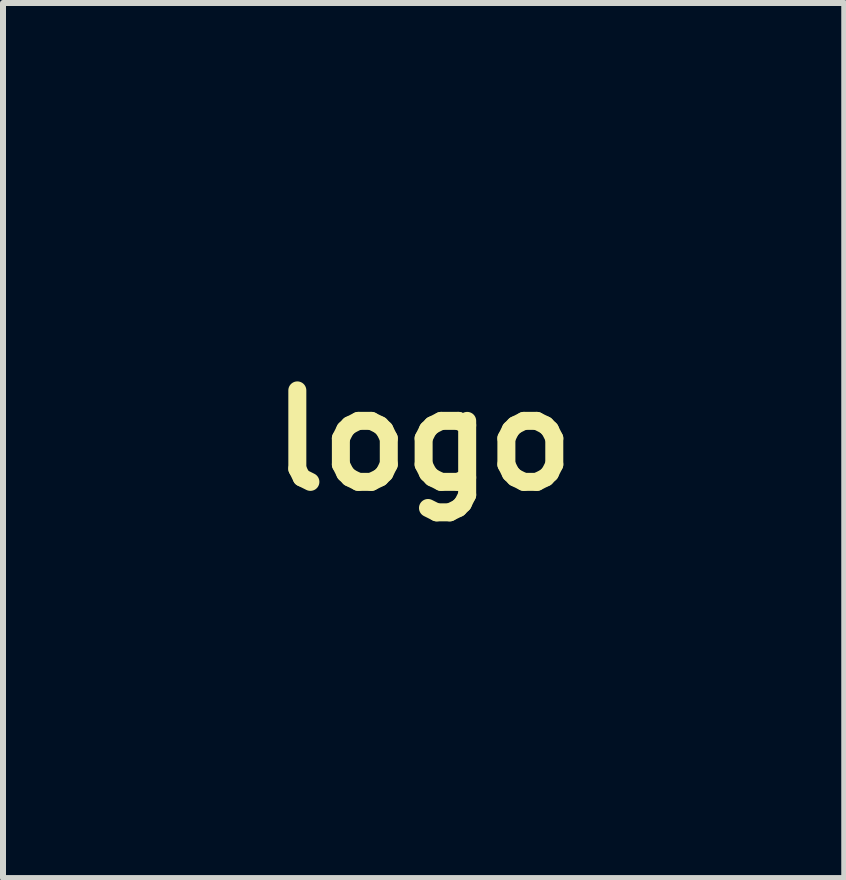
<source format=kicad_pcb>
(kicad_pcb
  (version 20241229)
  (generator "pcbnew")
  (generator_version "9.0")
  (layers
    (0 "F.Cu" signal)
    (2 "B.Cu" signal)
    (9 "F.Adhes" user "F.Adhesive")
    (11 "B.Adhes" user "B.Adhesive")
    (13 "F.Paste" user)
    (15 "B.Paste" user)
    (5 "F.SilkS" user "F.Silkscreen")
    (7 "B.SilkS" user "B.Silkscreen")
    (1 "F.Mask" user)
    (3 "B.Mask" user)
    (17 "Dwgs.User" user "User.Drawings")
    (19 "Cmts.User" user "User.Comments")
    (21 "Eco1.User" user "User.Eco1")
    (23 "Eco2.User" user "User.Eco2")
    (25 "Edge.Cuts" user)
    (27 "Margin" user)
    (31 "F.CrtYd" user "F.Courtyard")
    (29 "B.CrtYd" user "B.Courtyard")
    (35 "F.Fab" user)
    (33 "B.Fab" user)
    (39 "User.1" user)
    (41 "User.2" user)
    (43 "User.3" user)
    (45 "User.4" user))
  (footprint "logo"
    (layer "F.Cu")
    (at 4.009 4.29)
    (property "Reference" "logo" (at 0 0 0) (layer "F.SilkS") (effects (font (size 1.524 1.524) (thickness 0.3))))
    (attr through_hole)
    (fp_poly (pts (xy -0.583 -1.966) (xy -0.536 -1.936) (xy -0.534 -1.934) (xy -0.505 -1.887) (xy -0.507 -1.839) (xy -0.533 -1.793) (xy -0.576 -1.76) (xy -0.627 -1.751) (xy -0.676 -1.766) (xy -0.696 -1.783) (xy -0.717 -1.822) (xy -0.725 -1.861) (xy -0.712 -1.915) (xy -0.679 -1.952) (xy -0.633 -1.97) (xy -0.583 -1.966)) (stroke (width 0.01) (type solid)) (fill no) (layer "Eco2.User"))
    (fp_poly (pts (xy 0.381 0.21) (xy 0.419 0.235) (xy 0.449 0.28) (xy 0.454 0.329) (xy 0.438 0.374) (xy 0.405 0.41) (xy 0.361 0.429) (xy 0.308 0.424) (xy 0.302 0.422) (xy 0.26 0.391) (xy 0.238 0.344) (xy 0.239 0.293) (xy 0.263 0.247) (xy 0.276 0.236) (xy 0.33 0.207) (xy 0.381 0.21)) (stroke (width 0.01) (type solid)) (fill no) (layer "Eco2.User"))
    (fp_poly (pts (xy 0.399 -0.77) (xy 0.438 -0.736) (xy 0.453 -0.684) (xy 0.454 -0.679) (xy 0.441 -0.622) (xy 0.405 -0.581) (xy 0.353 -0.563) (xy 0.344 -0.563) (xy 0.298 -0.574) (xy 0.266 -0.594) (xy 0.239 -0.64) (xy 0.237 -0.689) (xy 0.256 -0.736) (xy 0.292 -0.769) (xy 0.341 -0.782) (xy 0.399 -0.77)) (stroke (width 0.01) (type solid)) (fill no) (layer "Eco2.User"))
    (fp_poly (pts (xy -0.268 0.217) (xy -0.229 0.252) (xy -0.206 0.298) (xy -0.203 0.319) (xy -0.216 0.37) (xy -0.25 0.409) (xy -0.296 0.43) (xy -0.344 0.427) (xy -0.392 0.396) (xy -0.419 0.351) (xy -0.422 0.301) (xy -0.399 0.254) (xy -0.381 0.236) (xy -0.345 0.213) (xy -0.314 0.203) (xy -0.313 0.203) (xy -0.268 0.217)) (stroke (width 0.01) (type solid)) (fill no) (layer "Eco2.User"))
    (fp_poly (pts (xy -0.267 -0.771) (xy -0.235 -0.751) (xy -0.211 -0.711) (xy -0.203 -0.673) (xy -0.214 -0.627) (xy -0.235 -0.594) (xy -0.274 -0.571) (xy -0.313 -0.563) (xy -0.359 -0.574) (xy -0.391 -0.594) (xy -0.415 -0.634) (xy -0.422 -0.673) (xy -0.412 -0.718) (xy -0.391 -0.751) (xy -0.352 -0.774) (xy -0.313 -0.782) (xy -0.267 -0.771)) (stroke (width 0.01) (type solid)) (fill no) (layer "Eco2.User"))
    (fp_poly (pts (xy 0.698 -1.958) (xy 0.739 -1.925) (xy 0.764 -1.881) (xy 0.766 -1.861) (xy 0.752 -1.816) (xy 0.717 -1.777) (xy 0.67 -1.754) (xy 0.649 -1.752) (xy 0.599 -1.762) (xy 0.564 -1.793) (xy 0.542 -1.829) (xy 0.532 -1.86) (xy 0.532 -1.861) (xy 0.546 -1.907) (xy 0.581 -1.945) (xy 0.628 -1.968) (xy 0.649 -1.971) (xy 0.698 -1.958)) (stroke (width 0.01) (type solid)) (fill no) (layer "Eco2.User"))
    (fp_poly (pts (xy -2.489 -4.282) (xy -2.445 -4.27) (xy -2.396 -4.248) (xy -2.338 -4.214) (xy -2.269 -4.167) (xy -2.187 -4.104) (xy -2.089 -4.025) (xy -1.973 -3.927) (xy -1.885 -3.851) (xy -1.785 -3.765) (xy -1.706 -3.697) (xy -1.644 -3.644) (xy -1.595 -3.603) (xy -1.555 -3.572) (xy -1.522 -3.547) (xy -1.492 -3.526) (xy -1.461 -3.507) (xy -1.43 -3.488) (xy -1.331 -3.422) (xy -1.257 -3.359) (xy -1.204 -3.293) (xy -1.168 -3.219) (xy -1.145 -3.136) (xy -1.139 -3.089) (xy -1.135 -3.013) (xy -1.134 -2.91) (xy -1.135 -2.781) (xy -1.137 -2.659) (xy -1.139 -2.461) (xy -1.136 -2.29) (xy -1.128 -2.142) (xy -1.114 -2.012) (xy -1.094 -1.896) (xy -1.067 -1.79) (xy -1.062 -1.773) (xy -1.021 -1.665) (xy -0.97 -1.576) (xy -0.912 -1.509) (xy -0.85 -1.467) (xy -0.791 -1.455) (xy -0.752 -1.461) (xy -0.709 -1.476) (xy -0.674 -1.495) (xy -0.657 -1.514) (xy -0.657 -1.516) (xy -0.67 -1.529) (xy -0.705 -1.545) (xy -0.736 -1.556) (xy -0.824 -1.597) (xy -0.892 -1.653) (xy -0.933 -1.715) (xy -0.949 -1.766) (xy -0.952 -1.815) (xy -0.942 -1.875) (xy -0.929 -1.923) (xy -0.902 -1.99) (xy -0.858 -2.054) (xy -0.795 -2.118) (xy -0.709 -2.185) (xy -0.599 -2.258) (xy -0.547 -2.29) (xy -0.441 -2.354) (xy -0.359 -2.408) (xy -0.299 -2.453) (xy -0.255 -2.492) (xy -0.226 -2.529) (xy -0.208 -2.563) (xy -0.196 -2.596) (xy -0.197 -2.619) (xy -0.213 -2.644) (xy -0.241 -2.673) (xy -0.28 -2.715) (xy -0.297 -2.741) (xy -0.292 -2.752) (xy -0.262 -2.746) (xy -0.208 -2.726) (xy -0.128 -2.69) (xy -0.127 -2.69) (xy 0.009 -2.626) (xy 0.128 -2.682) (xy 0.205 -2.715) (xy 0.257 -2.733) (xy 0.287 -2.735) (xy 0.297 -2.723) (xy 0.297 -2.723) (xy 0.286 -2.704) (xy 0.258 -2.678) (xy 0.249 -2.67) (xy 0.217 -2.641) (xy 0.207 -2.614) (xy 0.21 -2.585) (xy 0.224 -2.546) (xy 0.251 -2.506) (xy 0.294 -2.464) (xy 0.354 -2.417) (xy 0.436 -2.362) (xy 0.543 -2.298) (xy 0.605 -2.262) (xy 0.729 -2.182) (xy 0.825 -2.103) (xy 0.893 -2.022) (xy 0.935 -1.937) (xy 0.953 -1.845) (xy 0.954 -1.817) (xy 0.946 -1.735) (xy 0.919 -1.671) (xy 0.869 -1.619) (xy 0.793 -1.576) (xy 0.746 -1.556) (xy 0.693 -1.534) (xy 0.668 -1.517) (xy 0.67 -1.501) (xy 0.695 -1.482) (xy 0.703 -1.479) (xy 0.776 -1.455) (xy 0.845 -1.463) (xy 0.909 -1.499) (xy 0.968 -1.564) (xy 1.021 -1.656) (xy 1.066 -1.775) (xy 1.098 -1.897) (xy 1.107 -1.94) (xy 1.114 -1.984) (xy 1.12 -2.034) (xy 1.125 -2.092) (xy 1.128 -2.163) (xy 1.131 -2.251) (xy 1.133 -2.36) (xy 1.135 -2.494) (xy 1.136 -2.573) (xy 1.138 -2.732) (xy 1.141 -2.863) (xy 1.145 -2.969) (xy 1.149 -3.055) (xy 1.156 -3.124) (xy 1.165 -3.178) (xy 1.177 -3.222) (xy 1.192 -3.259) (xy 1.211 -3.292) (xy 1.233 -3.326) (xy 1.234 -3.327) (xy 1.278 -3.373) (xy 1.343 -3.425) (xy 1.41 -3.47) (xy 1.459 -3.5) (xy 1.507 -3.533) (xy 1.56 -3.572) (xy 1.62 -3.619) (xy 1.691 -3.677) (xy 1.774 -3.748) (xy 1.874 -3.835) (xy 1.994 -3.94) (xy 2.007 -3.951) (xy 2.131 -4.057) (xy 2.236 -4.141) (xy 2.326 -4.204) (xy 2.403 -4.247) (xy 2.469 -4.272) (xy 2.526 -4.281) (xy 2.56 -4.278) (xy 2.6 -4.261) (xy 2.641 -4.229) (xy 2.674 -4.192) (xy 2.69 -4.158) (xy 2.69 -4.154) (xy 2.678 -4.116) (xy 2.641 -4.06) (xy 2.581 -3.988) (xy 2.499 -3.9) (xy 2.395 -3.799) (xy 2.271 -3.683) (xy 2.127 -3.556) (xy 2.122 -3.551) (xy 1.987 -3.425) (xy 1.867 -3.294) (xy 1.767 -3.165) (xy 1.69 -3.042) (xy 1.68 -3.024) (xy 1.663 -2.992) (xy 1.65 -2.964) (xy 1.64 -2.937) (xy 1.632 -2.907) (xy 1.628 -2.871) (xy 1.625 -2.825) (xy 1.625 -2.765) (xy 1.627 -2.688) (xy 1.631 -2.59) (xy 1.637 -2.468) (xy 1.644 -2.327) (xy 1.651 -2.115) (xy 1.651 -1.934) (xy 1.644 -1.782) (xy 1.63 -1.658) (xy 1.608 -1.564) (xy 1.604 -1.55) (xy 1.579 -1.498) (xy 1.538 -1.426) (xy 1.484 -1.341) (xy 1.419 -1.247) (xy 1.349 -1.149) (xy 1.275 -1.052) (xy 1.202 -0.961) (xy 1.134 -0.88) (xy 1.107 -0.851) (xy 1.059 -0.798) (xy 1.029 -0.757) (xy 1.013 -0.721) (xy 1.005 -0.683) (xy 1.005 -0.681) (xy 1.003 -0.605) (xy 1.017 -0.551) (xy 1.05 -0.516) (xy 1.06 -0.511) (xy 1.112 -0.491) (xy 1.179 -0.479) (xy 1.264 -0.475) (xy 1.373 -0.479) (xy 1.467 -0.486) (xy 1.551 -0.492) (xy 1.629 -0.496) (xy 1.693 -0.497) (xy 1.735 -0.495) (xy 1.74 -0.494) (xy 1.798 -0.471) (xy 1.867 -0.419) (xy 1.947 -0.341) (xy 2.036 -0.236) (xy 2.109 -0.141) (xy 2.206 -0.013) (xy 2.292 0.096) (xy 2.373 0.193) (xy 2.458 0.287) (xy 2.538 0.372) (xy 2.594 0.428) (xy 2.636 0.467) (xy 2.672 0.494) (xy 2.711 0.513) (xy 2.759 0.53) (xy 2.79 0.539) (xy 2.9 0.566) (xy 3.033 0.59) (xy 3.184 0.609) (xy 3.343 0.623) (xy 3.505 0.631) (xy 3.55 0.632) (xy 3.645 0.634) (xy 3.716 0.638) (xy 3.767 0.644) (xy 3.807 0.652) (xy 3.842 0.665) (xy 3.848 0.667) (xy 3.91 0.704) (xy 3.961 0.751) (xy 3.994 0.801) (xy 4.004 0.839) (xy 3.997 0.884) (xy 3.975 0.922) (xy 3.934 0.956) (xy 3.871 0.987) (xy 3.782 1.019) (xy 3.716 1.039) (xy 3.532 1.084) (xy 3.345 1.112) (xy 3.162 1.123) (xy 2.989 1.118) (xy 2.831 1.095) (xy 2.744 1.073) (xy 2.664 1.044) (xy 2.589 1.01) (xy 2.516 0.967) (xy 2.441 0.912) (xy 2.361 0.845) (xy 2.274 0.76) (xy 2.176 0.658) (xy 2.065 0.534) (xy 1.994 0.453) (xy 1.906 0.352) (xy 1.835 0.271) (xy 1.779 0.209) (xy 1.734 0.164) (xy 1.697 0.132) (xy 1.666 0.112) (xy 1.638 0.101) (xy 1.61 0.095) (xy 1.578 0.094) (xy 1.566 0.094) (xy 1.506 0.098) (xy 1.46 0.109) (xy 1.446 0.116) (xy 1.427 0.133) (xy 1.425 0.151) (xy 1.438 0.184) (xy 1.441 0.19) (xy 1.465 0.23) (xy 1.502 0.28) (xy 1.536 0.321) (xy 1.574 0.366) (xy 1.622 0.429) (xy 1.674 0.5) (xy 1.712 0.555) (xy 1.75 0.609) (xy 1.802 0.683) (xy 1.866 0.772) (xy 1.939 0.871) (xy 2.015 0.976) (xy 2.093 1.081) (xy 2.104 1.095) (xy 2.22 1.252) (xy 2.319 1.389) (xy 2.404 1.508) (xy 2.476 1.614) (xy 2.538 1.71) (xy 2.592 1.799) (xy 2.642 1.886) (xy 2.689 1.974) (xy 2.701 1.999) (xy 2.759 2.119) (xy 2.806 2.229) (xy 2.844 2.338) (xy 2.876 2.457) (xy 2.907 2.594) (xy 2.916 2.642) (xy 2.946 2.817) (xy 2.964 2.967) (xy 2.968 3.096) (xy 2.959 3.208) (xy 2.937 3.305) (xy 2.902 3.393) (xy 2.901 3.394) (xy 2.863 3.455) (xy 2.812 3.512) (xy 2.758 3.559) (xy 2.707 3.588) (xy 2.697 3.591) (xy 2.655 3.602) (xy 2.667 3.903) (xy 2.678 4.205) (xy 2.638 4.245) (xy 2.587 4.276) (xy 2.52 4.285) (xy 2.444 4.275) (xy 2.367 4.244) (xy 2.328 4.221) (xy 2.287 4.192) (xy 2.281 3.92) (xy 2.277 3.807) (xy 2.272 3.722) (xy 2.264 3.659) (xy 2.252 3.616) (xy 2.234 3.588) (xy 2.208 3.572) (xy 2.173 3.562) (xy 2.147 3.558) (xy 2.067 3.544) (xy 2 3.523) (xy 1.934 3.49) (xy 1.875 3.454) (xy 1.795 3.397) (xy 1.713 3.328) (xy 1.626 3.243) (xy 1.53 3.138) (xy 1.434 3.026) (xy 1.37 2.95) (xy 1.302 2.872) (xy 1.238 2.8) (xy 1.184 2.741) (xy 1.173 2.729) (xy 1.122 2.674) (xy 1.076 2.62) (xy 1.042 2.575) (xy 1.033 2.56) (xy 1.003 2.52) (xy 0.976 2.505) (xy 0.964 2.506) (xy 0.946 2.512) (xy 0.931 2.528) (xy 0.917 2.559) (xy 0.9 2.61) (xy 0.88 2.686) (xy 0.875 2.704) (xy 0.856 2.755) (xy 0.828 2.798) (xy 0.82 2.807) (xy 0.791 2.848) (xy 0.782 2.885) (xy 0.773 2.943) (xy 0.746 2.977) (xy 0.701 2.985) (xy 0.699 2.984) (xy 0.666 2.984) (xy 0.651 2.995) (xy 0.645 3.028) (xy 0.644 3.039) (xy 0.639 3.078) (xy 0.628 3.091) (xy 0.613 3.088) (xy 0.558 3.073) (xy 0.519 3.085) (xy 0.498 3.12) (xy 0.49 3.171) (xy 0.492 3.214) (xy 0.494 3.251) (xy 0.477 3.271) (xy 0.465 3.277) (xy 0.44 3.298) (xy 0.407 3.338) (xy 0.375 3.385) (xy 0.35 3.427) (xy 0.326 3.457) (xy 0.297 3.482) (xy 0.257 3.507) (xy 0.197 3.536) (xy 0.165 3.551) (xy 0.01 3.625) (xy -0.14 3.555) (xy -0.203 3.525) (xy -0.257 3.5) (xy -0.294 3.483) (xy -0.307 3.478) (xy -0.324 3.46) (xy -0.345 3.424) (xy -0.351 3.411) (xy -0.378 3.363) (xy -0.41 3.318) (xy -0.442 3.284) (xy -0.468 3.269) (xy -0.47 3.269) (xy -0.478 3.255) (xy -0.484 3.218) (xy -0.485 3.187) (xy -0.488 3.122) (xy -0.499 3.085) (xy -0.52 3.069) (xy -0.556 3.073) (xy -0.569 3.076) (xy -0.624 3.093) (xy -0.629 3.036) (xy -0.634 2.999) (xy -0.649 2.983) (xy -0.683 2.98) (xy -0.688 2.979) (xy -0.737 2.966) (xy -0.769 2.929) (xy -0.782 2.867) (xy -0.782 2.858) (xy -0.789 2.825) (xy -0.804 2.815) (xy -0.823 2.802) (xy -0.844 2.763) (xy -0.869 2.695) (xy -0.897 2.598) (xy -0.899 2.592) (xy -0.92 2.533) (xy -0.944 2.505) (xy -0.973 2.507) (xy -1.008 2.54) (xy -1.03 2.569) (xy -1.064 2.615) (xy -1.098 2.654) (xy -1.111 2.667) (xy -1.131 2.687) (xy -1.167 2.728) (xy -1.218 2.785) (xy -1.278 2.855) (xy -1.346 2.934) (xy -1.394 2.991) (xy -1.469 3.078) (xy -1.544 3.161) (xy -1.614 3.237) (xy -1.674 3.3) (xy -1.721 3.346) (xy -1.74 3.362) (xy -1.816 3.418) (xy -1.895 3.469) (xy -1.972 3.51) (xy -2.039 3.538) (xy -2.09 3.55) (xy -2.095 3.55) (xy -2.144 3.557) (xy -2.196 3.572) (xy -2.196 3.572) (xy -2.217 3.582) (xy -2.233 3.595) (xy -2.245 3.615) (xy -2.254 3.647) (xy -2.261 3.693) (xy -2.267 3.759) (xy -2.272 3.848) (xy -2.277 3.96) (xy -2.282 4.057) (xy -2.288 4.127) (xy -2.297 4.176) (xy -2.311 4.209) (xy -2.333 4.231) (xy -2.365 4.248) (xy -2.404 4.263) (xy -2.48 4.282) (xy -2.551 4.284) (xy -2.606 4.269) (xy -2.629 4.253) (xy -2.64 4.24) (xy -2.648 4.225) (xy -2.654 4.202) (xy -2.657 4.167) (xy -2.658 4.115) (xy -2.659 4.043) (xy -2.658 3.945) (xy -2.657 3.914) (xy -2.654 3.608) (xy -2.719 3.577) (xy -2.792 3.527) (xy -2.858 3.449) (xy -2.913 3.352) (xy -2.927 3.32) (xy -2.937 3.287) (xy -2.943 3.248) (xy -2.946 3.197) (xy -2.947 3.126) (xy -2.947 3.042) (xy -2.945 2.937) (xy -2.941 2.85) (xy -2.932 2.77) (xy -2.918 2.685) (xy -2.9 2.596) (xy -2.612 2.596) (xy -2.602 2.655) (xy -2.576 2.71) (xy -2.54 2.749) (xy -2.534 2.753) (xy -2.526 2.758) (xy -2.52 2.766) (xy -2.514 2.78) (xy -2.511 2.802) (xy -2.508 2.837) (xy -2.505 2.886) (xy -2.504 2.952) (xy -2.503 3.039) (xy -2.503 3.149) (xy -2.502 3.285) (xy -2.502 3.407) (xy -2.502 3.57) (xy -2.502 3.704) (xy -2.501 3.813) (xy -2.499 3.898) (xy -2.496 3.963) (xy -2.492 4.011) (xy -2.486 4.044) (xy -2.478 4.065) (xy -2.468 4.076) (xy -2.456 4.081) (xy -2.441 4.082) (xy -2.44 4.082) (xy -2.407 4.072) (xy -2.396 4.063) (xy -2.391 4.05) (xy -2.387 4.019) (xy -2.384 3.968) (xy -2.381 3.895) (xy -2.379 3.799) (xy -2.378 3.677) (xy -2.377 3.527) (xy -2.377 3.407) (xy -2.377 3.249) (xy -2.377 3.12) (xy -2.377 3.015) (xy -2.376 2.934) (xy -2.374 2.872) (xy -2.372 2.827) (xy -2.368 2.796) (xy -2.364 2.776) (xy -2.359 2.763) (xy -2.352 2.756) (xy -2.346 2.753) (xy -2.308 2.717) (xy -2.28 2.661) (xy -2.268 2.595) (xy -2.268 2.585) (xy -2.267 2.569) (xy -2.263 2.553) (xy -2.254 2.534) (xy -2.237 2.509) (xy -2.211 2.478) (xy -2.174 2.437) (xy -2.123 2.383) (xy -2.056 2.315) (xy -1.972 2.23) (xy -1.868 2.126) (xy -1.855 2.113) (xy -1.745 2.004) (xy -1.655 1.915) (xy -1.582 1.844) (xy -1.526 1.791) (xy -1.482 1.753) (xy -1.451 1.727) (xy -1.428 1.713) (xy -1.414 1.709) (xy -1.409 1.709) (xy -1.352 1.71) (xy -1.293 1.69) (xy -1.245 1.654) (xy -1.236 1.643) (xy -1.21 1.583) (xy -1.204 1.53) (xy -1.204 1.512) (xy -1.201 1.495) (xy -1.194 1.477) (xy -1.181 1.454) (xy -1.159 1.425) (xy -1.127 1.387) (xy -1.083 1.337) (xy -1.024 1.273) (xy -0.948 1.193) (xy -0.854 1.094) (xy -0.803 1.04) (xy -0.712 0.944) (xy -0.628 0.856) (xy -0.552 0.777) (xy -0.488 0.711) (xy -0.438 0.66) (xy -0.404 0.626) (xy -0.389 0.613) (xy -0.389 0.613) (xy -0.384 0.625) (xy -0.38 0.664) (xy -0.377 0.722) (xy -0.375 0.795) (xy -0.375 0.812) (xy -0.376 0.895) (xy -0.377 0.953) (xy -0.38 0.991) (xy -0.387 1.014) (xy -0.397 1.028) (xy -0.412 1.04) (xy -0.412 1.04) (xy -0.455 1.084) (xy -0.478 1.143) (xy -0.481 1.206) (xy -0.464 1.266) (xy -0.429 1.314) (xy -0.406 1.33) (xy -0.392 1.34) (xy -0.383 1.358) (xy -0.378 1.389) (xy -0.376 1.441) (xy -0.375 1.501) (xy -0.376 1.573) (xy -0.379 1.62) (xy -0.384 1.649) (xy -0.394 1.665) (xy -0.406 1.673) (xy -0.443 1.707) (xy -0.471 1.759) (xy -0.484 1.816) (xy -0.485 1.826) (xy -0.472 1.882) (xy -0.437 1.937) (xy -0.404 1.968) (xy -0.391 1.98) (xy -0.383 2.001) (xy -0.378 2.035) (xy -0.376 2.089) (xy -0.375 2.168) (xy -0.375 2.175) (xy -0.376 2.254) (xy -0.377 2.308) (xy -0.381 2.342) (xy -0.389 2.363) (xy -0.401 2.377) (xy -0.412 2.385) (xy -0.455 2.429) (xy -0.477 2.488) (xy -0.481 2.551) (xy -0.465 2.611) (xy -0.429 2.659) (xy -0.407 2.674) (xy -0.393 2.685) (xy -0.384 2.703) (xy -0.378 2.734) (xy -0.375 2.784) (xy -0.372 2.86) (xy -0.372 2.866) (xy -0.368 3.042) (xy -0.258 3.042) (xy -0.254 2.866) (xy -0.251 2.789) (xy -0.248 2.737) (xy -0.242 2.704) (xy -0.233 2.686) (xy -0.22 2.675) (xy -0.219 2.674) (xy -0.175 2.635) (xy -0.15 2.579) (xy -0.144 2.516) (xy -0.158 2.454) (xy -0.192 2.403) (xy -0.214 2.385) (xy -0.229 2.373) (xy -0.24 2.358) (xy -0.246 2.333) (xy -0.249 2.292) (xy -0.25 2.23) (xy -0.25 2.179) (xy -0.25 1.998) (xy -0.196 1.937) (xy -0.154 1.88) (xy -0.141 1.83) (xy -0.141 1.829) (xy -0.151 1.771) (xy -0.177 1.716) (xy -0.213 1.677) (xy -0.219 1.673) (xy -0.233 1.663) (xy -0.243 1.645) (xy -0.248 1.614) (xy -0.25 1.563) (xy -0.25 1.501) (xy -0.25 1.43) (xy -0.247 1.383) (xy -0.242 1.354) (xy -0.231 1.336) (xy -0.215 1.323) (xy -0.214 1.322) (xy -0.168 1.275) (xy -0.145 1.216) (xy -0.145 1.151) (xy -0.166 1.091) (xy -0.209 1.043) (xy -0.214 1.04) (xy -0.228 1.03) (xy -0.238 1.016) (xy -0.244 0.995) (xy -0.248 0.961) (xy -0.25 0.909) (xy -0.25 0.833) (xy -0.25 0.782) (xy -0.25 0.548) (xy -0.197 0.513) (xy -0.133 0.455) (xy -0.097 0.383) (xy -0.089 0.326) (xy 0.125 0.326) (xy 0.129 0.381) (xy 0.144 0.421) (xy 0.173 0.46) (xy 0.209 0.495) (xy 0.242 0.52) (xy 0.251 0.524) (xy 0.263 0.53) (xy 0.271 0.542) (xy 0.276 0.564) (xy 0.28 0.602) (xy 0.281 0.661) (xy 0.282 0.744) (xy 0.282 0.772) (xy 0.282 1.011) (xy 0.235 1.056) (xy 0.195 1.111) (xy 0.175 1.174) (xy 0.179 1.234) (xy 0.197 1.265) (xy 0.228 1.302) (xy 0.236 1.309) (xy 0.257 1.331) (xy 0.27 1.352) (xy 0.278 1.38) (xy 0.281 1.422) (xy 0.282 1.487) (xy 0.282 1.504) (xy 0.281 1.574) (xy 0.278 1.62) (xy 0.272 1.648) (xy 0.262 1.665) (xy 0.245 1.678) (xy 0.2 1.724) (xy 0.179 1.784) (xy 0.18 1.849) (xy 0.206 1.912) (xy 0.235 1.947) (xy 0.255 1.967) (xy 0.268 1.986) (xy 0.276 2.011) (xy 0.28 2.048) (xy 0.281 2.103) (xy 0.282 2.174) (xy 0.281 2.252) (xy 0.28 2.305) (xy 0.275 2.34) (xy 0.267 2.364) (xy 0.253 2.383) (xy 0.235 2.401) (xy 0.195 2.456) (xy 0.175 2.519) (xy 0.179 2.579) (xy 0.197 2.61) (xy 0.228 2.647) (xy 0.236 2.654) (xy 0.256 2.675) (xy 0.269 2.694) (xy 0.277 2.72) (xy 0.28 2.759) (xy 0.281 2.818) (xy 0.282 2.867) (xy 0.282 2.941) (xy 0.284 2.99) (xy 0.288 3.02) (xy 0.297 3.037) (xy 0.31 3.046) (xy 0.317 3.049) (xy 0.357 3.053) (xy 0.379 3.047) (xy 0.392 3.037) (xy 0.4 3.017) (xy 0.404 2.983) (xy 0.406 2.927) (xy 0.407 2.862) (xy 0.407 2.786) (xy 0.409 2.736) (xy 0.414 2.704) (xy 0.423 2.686) (xy 0.436 2.676) (xy 0.438 2.675) (xy 0.473 2.642) (xy 0.502 2.591) (xy 0.516 2.536) (xy 0.516 2.526) (xy 0.506 2.472) (xy 0.48 2.42) (xy 0.445 2.382) (xy 0.438 2.377) (xy 0.425 2.368) (xy 0.416 2.352) (xy 0.41 2.324) (xy 0.408 2.279) (xy 0.407 2.21) (xy 0.407 2.174) (xy 0.407 2.094) (xy 0.409 2.04) (xy 0.413 2.006) (xy 0.42 1.985) (xy 0.432 1.971) (xy 0.443 1.963) (xy 0.489 1.915) (xy 0.513 1.847) (xy 0.516 1.804) (xy 0.51 1.76) (xy 0.486 1.722) (xy 0.461 1.696) (xy 0.407 1.644) (xy 0.407 1.495) (xy 0.407 1.425) (xy 0.41 1.379) (xy 0.416 1.352) (xy 0.427 1.337) (xy 0.438 1.33) (xy 0.473 1.297) (xy 0.502 1.246) (xy 0.516 1.191) (xy 0.516 1.181) (xy 0.506 1.127) (xy 0.48 1.074) (xy 0.445 1.037) (xy 0.438 1.032) (xy 0.425 1.023) (xy 0.416 1.008) (xy 0.411 0.982) (xy 0.408 0.939) (xy 0.407 0.874) (xy 0.407 0.811) (xy 0.408 0.728) (xy 0.411 0.665) (xy 0.415 0.625) (xy 0.422 0.613) (xy 0.435 0.625) (xy 0.468 0.657) (xy 0.517 0.707) (xy 0.581 0.773) (xy 0.656 0.851) (xy 0.74 0.939) (xy 0.831 1.034) (xy 0.84 1.044) (xy 0.944 1.154) (xy 1.028 1.243) (xy 1.095 1.315) (xy 1.146 1.371) (xy 1.184 1.415) (xy 1.21 1.448) (xy 1.227 1.473) (xy 1.236 1.492) (xy 1.24 1.508) (xy 1.24 1.523) (xy 1.239 1.529) (xy 1.247 1.595) (xy 1.278 1.652) (xy 1.327 1.693) (xy 1.386 1.713) (xy 1.44 1.709) (xy 1.452 1.71) (xy 1.471 1.72) (xy 1.498 1.74) (xy 1.536 1.772) (xy 1.586 1.818) (xy 1.651 1.881) (xy 1.733 1.961) (xy 1.833 2.06) (xy 1.893 2.119) (xy 2 2.227) (xy 2.087 2.315) (xy 2.157 2.385) (xy 2.21 2.441) (xy 2.249 2.483) (xy 2.276 2.515) (xy 2.293 2.539) (xy 2.302 2.558) (xy 2.305 2.572) (xy 2.304 2.586) (xy 2.304 2.588) (xy 2.307 2.645) (xy 2.329 2.701) (xy 2.364 2.744) (xy 2.378 2.753) (xy 2.385 2.758) (xy 2.392 2.766) (xy 2.397 2.78) (xy 2.401 2.802) (xy 2.403 2.837) (xy 2.406 2.885) (xy 2.407 2.952) (xy 2.408 3.038) (xy 2.408 3.148) (xy 2.409 3.284) (xy 2.409 3.409) (xy 2.409 3.568) (xy 2.409 3.699) (xy 2.41 3.804) (xy 2.411 3.886) (xy 2.413 3.948) (xy 2.415 3.994) (xy 2.418 4.025) (xy 2.423 4.046) (xy 2.428 4.058) (xy 2.434 4.064) (xy 2.436 4.065) (xy 2.476 4.081) (xy 2.507 4.071) (xy 2.515 4.063) (xy 2.52 4.05) (xy 2.524 4.018) (xy 2.527 3.967) (xy 2.53 3.895) (xy 2.532 3.798) (xy 2.533 3.675) (xy 2.534 3.525) (xy 2.534 3.413) (xy 2.534 2.782) (xy 2.588 2.73) (xy 2.625 2.69) (xy 2.641 2.652) (xy 2.643 2.62) (xy 2.63 2.544) (xy 2.594 2.487) (xy 2.535 2.452) (xy 2.459 2.44) (xy 2.443 2.439) (xy 2.426 2.435) (xy 2.407 2.425) (xy 2.382 2.407) (xy 2.35 2.381) (xy 2.307 2.342) (xy 2.252 2.289) (xy 2.183 2.221) (xy 2.096 2.135) (xy 1.989 2.028) (xy 1.987 2.026) (xy 1.88 1.919) (xy 1.793 1.832) (xy 1.725 1.762) (xy 1.672 1.707) (xy 1.634 1.665) (xy 1.607 1.633) (xy 1.59 1.608) (xy 1.581 1.59) (xy 1.577 1.574) (xy 1.577 1.559) (xy 1.577 1.557) (xy 1.569 1.487) (xy 1.536 1.429) (xy 1.483 1.389) (xy 1.414 1.372) (xy 1.399 1.372) (xy 1.384 1.371) (xy 1.368 1.367) (xy 1.35 1.357) (xy 1.326 1.339) (xy 1.294 1.312) (xy 1.253 1.273) (xy 1.2 1.219) (xy 1.132 1.15) (xy 1.048 1.063) (xy 0.945 0.955) (xy 0.925 0.934) (xy 0.505 0.494) (xy 0.543 0.423) (xy 0.569 0.346) (xy 0.569 0.273) (xy 0.545 0.207) (xy 0.501 0.152) (xy 0.443 0.114) (xy 0.373 0.095) (xy 0.296 0.1) (xy 0.241 0.119) (xy 0.18 0.164) (xy 0.141 0.231) (xy 0.125 0.314) (xy 0.125 0.326) (xy -0.089 0.326) (xy -0.089 0.322) (xy -0.102 0.238) (xy -0.141 0.17) (xy -0.2 0.121) (xy -0.277 0.096) (xy -0.313 0.094) (xy -0.39 0.107) (xy -0.455 0.143) (xy -0.503 0.197) (xy -0.533 0.261) (xy -0.541 0.332) (xy -0.524 0.402) (xy -0.497 0.447) (xy -0.465 0.488) (xy -0.566 0.592) (xy -0.603 0.631) (xy -0.658 0.688) (xy -0.727 0.76) (xy -0.806 0.843) (xy -0.891 0.932) (xy -0.978 1.023) (xy -0.986 1.032) (xy -1.078 1.128) (xy -1.15 1.204) (xy -1.207 1.262) (xy -1.25 1.305) (xy -1.283 1.334) (xy -1.309 1.353) (xy -1.329 1.364) (xy -1.348 1.369) (xy -1.367 1.37) (xy -1.374 1.371) (xy -1.446 1.387) (xy -1.5 1.427) (xy -1.533 1.487) (xy -1.541 1.541) (xy -1.542 1.613) (xy -2.369 2.44) (xy -2.437 2.44) (xy -2.486 2.444) (xy -2.524 2.462) (xy -2.559 2.493) (xy -2.598 2.542) (xy -2.612 2.588) (xy -2.612 2.596) (xy -2.9 2.596) (xy -2.898 2.583) (xy -2.897 2.577) (xy -2.862 2.434) (xy -2.821 2.298) (xy -2.77 2.164) (xy -2.707 2.029) (xy -2.632 1.89) (xy -2.542 1.743) (xy -2.434 1.584) (xy -2.308 1.41) (xy -2.181 1.243) (xy -2.033 1.051) (xy -1.9 0.876) (xy -1.784 0.721) (xy -1.685 0.585) (xy -1.604 0.47) (xy -1.541 0.376) (xy -1.496 0.305) (xy -1.474 0.261) (xy -1.459 0.208) (xy -1.455 0.148) (xy -1.461 0.094) (xy -1.478 0.057) (xy -1.48 0.055) (xy -1.505 0.04) (xy -1.536 0.038) (xy -1.574 0.052) (xy -1.622 0.082) (xy -1.681 0.131) (xy -1.752 0.198) (xy -1.837 0.287) (xy -1.938 0.397) (xy -2.055 0.531) (xy -2.088 0.568) (xy -2.221 0.716) (xy -2.346 0.837) (xy -2.466 0.934) (xy -2.585 1.009) (xy -2.707 1.065) (xy -2.836 1.104) (xy -2.977 1.128) (xy -3.075 1.136) (xy -3.209 1.139) (xy -3.344 1.131) (xy -3.475 1.113) (xy -3.6 1.087) (xy -3.714 1.054) (xy -3.815 1.015) (xy -3.897 0.971) (xy -3.959 0.924) (xy -3.995 0.874) (xy -4.004 0.835) (xy -3.995 0.807) (xy -3.879 0.807) (xy -3.873 0.845) (xy -3.844 0.874) (xy -3.839 0.876) (xy -3.813 0.88) (xy -3.759 0.884) (xy -3.682 0.887) (xy -3.585 0.889) (xy -3.472 0.891) (xy -3.348 0.891) (xy -3.329 0.892) (xy -2.859 0.892) (xy -2.805 0.938) (xy -2.741 0.978) (xy -2.676 0.987) (xy -2.613 0.965) (xy -2.571 0.932) (xy -2.537 0.892) (xy -2.521 0.854) (xy -2.518 0.811) (xy -2.518 0.792) (xy -2.515 0.775) (xy -2.508 0.756) (xy -2.495 0.734) (xy -2.472 0.706) (xy -2.439 0.668) (xy -2.393 0.619) (xy -2.331 0.556) (xy -2.251 0.476) (xy -2.152 0.377) (xy -2.143 0.367) (xy -1.767 -0.008) (xy -1.681 -0.002) (xy -1.629 -0.001) (xy -1.596 -0.008) (xy -1.567 -0.027) (xy -1.547 -0.045) (xy -1.499 -0.094) (xy -0.985 -0.094) (xy -0.844 -0.094) (xy -0.731 -0.093) (xy -0.643 -0.092) (xy -0.577 -0.091) (xy -0.529 -0.089) (xy -0.495 -0.085) (xy -0.474 -0.081) (xy -0.46 -0.075) (xy -0.452 -0.067) (xy -0.451 -0.065) (xy -0.401 -0.022) (xy -0.332 -0.002) (xy -0.304 0) (xy -0.247 -0.014) (xy -0.194 -0.05) (xy -0.156 -0.1) (xy -0.142 -0.151) (xy 0.176 -0.151) (xy 0.178 -0.136) (xy 0.204 -0.074) (xy 0.25 -0.029) (xy 0.308 -0.004) (xy 0.371 -0.000261) (xy 0.433 -0.021) (xy 0.467 -0.047) (xy 0.514 -0.094) (xy 1.53 -0.094) (xy 1.579 -0.045) (xy 1.611 -0.017) (xy 1.639 -0.003) (xy 1.678 -0.001) (xy 1.712 -0.003) (xy 1.796 -0.01) (xy 2.176 0.37) (xy 2.556 0.75) (xy 2.552 0.813) (xy 2.552 0.856) (xy 2.565 0.89) (xy 2.597 0.927) (xy 2.601 0.931) (xy 2.663 0.975) (xy 2.727 0.988) (xy 2.792 0.97) (xy 2.836 0.938) (xy 2.89 0.892) (xy 3.37 0.892) (xy 3.517 0.891) (xy 3.642 0.889) (xy 3.742 0.887) (xy 3.817 0.883) (xy 3.864 0.879) (xy 3.88 0.875) (xy 3.902 0.85) (xy 3.91 0.813) (xy 3.904 0.778) (xy 3.885 0.76) (xy 3.864 0.758) (xy 3.815 0.756) (xy 3.744 0.754) (xy 3.653 0.752) (xy 3.546 0.751) (xy 3.429 0.751) (xy 3.373 0.751) (xy 3.237 0.751) (xy 3.128 0.75) (xy 3.044 0.749) (xy 2.981 0.748) (xy 2.936 0.745) (xy 2.906 0.742) (xy 2.887 0.737) (xy 2.875 0.731) (xy 2.868 0.722) (xy 2.866 0.72) (xy 2.828 0.682) (xy 2.773 0.654) (xy 2.718 0.644) (xy 2.705 0.645) (xy 2.691 0.645) (xy 2.675 0.639) (xy 2.654 0.627) (xy 2.625 0.605) (xy 2.587 0.571) (xy 2.536 0.524) (xy 2.472 0.461) (xy 2.39 0.38) (xy 2.289 0.279) (xy 2.273 0.263) (xy 2.167 0.157) (xy 2.082 0.071) (xy 2.015 0.001) (xy 1.963 -0.054) (xy 1.925 -0.098) (xy 1.897 -0.132) (xy 1.879 -0.16) (xy 1.867 -0.184) (xy 1.861 -0.199) (xy 1.827 -0.268) (xy 1.778 -0.315) (xy 1.72 -0.338) (xy 1.659 -0.335) (xy 1.6 -0.305) (xy 1.576 -0.282) (xy 1.533 -0.235) (xy 0.513 -0.235) (xy 0.482 -0.273) (xy 0.447 -0.304) (xy 0.399 -0.328) (xy 0.392 -0.33) (xy 0.324 -0.336) (xy 0.263 -0.316) (xy 0.214 -0.275) (xy 0.183 -0.218) (xy 0.176 -0.151) (xy -0.142 -0.151) (xy -0.141 -0.156) (xy -0.141 -0.159) (xy -0.154 -0.229) (xy -0.191 -0.285) (xy -0.245 -0.323) (xy -0.31 -0.337) (xy -0.368 -0.328) (xy -0.412 -0.306) (xy -0.446 -0.275) (xy -0.448 -0.272) (xy -0.473 -0.235) (xy -1.496 -0.235) (xy -1.539 -0.28) (xy -1.578 -0.313) (xy -1.616 -0.334) (xy -1.622 -0.336) (xy -1.681 -0.337) (xy -1.739 -0.316) (xy -1.788 -0.28) (xy -1.821 -0.232) (xy -1.83 -0.192) (xy -1.836 -0.176) (xy -1.854 -0.148) (xy -1.886 -0.109) (xy -1.933 -0.055) (xy -1.998 0.015) (xy -2.081 0.103) (xy -2.184 0.21) (xy -2.223 0.25) (xy -2.327 0.356) (xy -2.411 0.442) (xy -2.478 0.509) (xy -2.53 0.56) (xy -2.57 0.597) (xy -2.6 0.622) (xy -2.622 0.638) (xy -2.639 0.645) (xy -2.654 0.647) (xy -2.667 0.646) (xy -2.723 0.649) (xy -2.779 0.671) (xy -2.822 0.706) (xy -2.831 0.72) (xy -2.837 0.728) (xy -2.846 0.735) (xy -2.862 0.74) (xy -2.888 0.744) (xy -2.927 0.747) (xy -2.983 0.749) (xy -3.058 0.75) (xy -3.157 0.751) (xy -3.283 0.751) (xy -3.344 0.751) (xy -3.495 0.751) (xy -3.616 0.752) (xy -3.71 0.754) (xy -3.779 0.757) (xy -3.826 0.761) (xy -3.853 0.766) (xy -3.86 0.77) (xy -3.879 0.807) (xy -3.995 0.807) (xy -3.99 0.79) (xy -3.953 0.742) (xy -3.899 0.698) (xy -3.836 0.666) (xy -3.827 0.662) (xy -3.779 0.649) (xy -3.719 0.64) (xy -3.642 0.635) (xy -3.54 0.632) (xy -3.527 0.632) (xy -3.339 0.626) (xy -3.165 0.611) (xy -3.006 0.589) (xy -2.866 0.56) (xy -2.748 0.526) (xy -2.655 0.485) (xy -2.59 0.44) (xy -2.534 0.383) (xy -2.464 0.306) (xy -2.384 0.213) (xy -2.298 0.11) (xy -2.211 0.002) (xy -2.127 -0.106) (xy -2.095 -0.149) (xy -1.995 -0.276) (xy -1.907 -0.374) (xy -1.83 -0.444) (xy -1.765 -0.486) (xy -1.739 -0.495) (xy -1.71 -0.498) (xy -1.656 -0.498) (xy -1.583 -0.495) (xy -1.499 -0.49) (xy -1.447 -0.487) (xy -1.322 -0.479) (xy -1.224 -0.477) (xy -1.149 -0.482) (xy -1.092 -0.494) (xy -1.05 -0.514) (xy -1.019 -0.542) (xy -1.011 -0.552) (xy -0.993 -0.579) (xy -0.987 -0.606) (xy -0.99 -0.644) (xy -0.997 -0.682) (xy -1.009 -0.727) (xy -1.026 -0.765) (xy -1.054 -0.805) (xy -1.097 -0.855) (xy -1.122 -0.881) (xy -1.195 -0.963) (xy -1.271 -1.055) (xy -1.346 -1.154) (xy -1.418 -1.253) (xy -1.482 -1.349) (xy -1.535 -1.436) (xy -1.574 -1.51) (xy -1.595 -1.562) (xy -1.613 -1.648) (xy -1.626 -1.759) (xy -1.633 -1.895) (xy -1.635 -2.059) (xy -1.632 -2.251) (xy -1.626 -2.424) (xy -1.621 -2.554) (xy -1.617 -2.657) (xy -1.615 -2.737) (xy -1.614 -2.797) (xy -1.616 -2.843) (xy -1.619 -2.877) (xy -1.624 -2.905) (xy -1.631 -2.929) (xy -1.64 -2.955) (xy -1.641 -2.956) (xy -1.699 -3.079) (xy -1.787 -3.211) (xy -1.903 -3.352) (xy -2.048 -3.501) (xy -2.18 -3.623) (xy -2.307 -3.737) (xy -2.412 -3.834) (xy -2.496 -3.914) (xy -2.562 -3.98) (xy -2.611 -4.034) (xy -2.644 -4.078) (xy -2.665 -4.113) (xy -2.673 -4.14) (xy -2.487 -4.14) (xy -2.479 -4.123) (xy -2.455 -4.091) (xy -2.413 -4.043) (xy -2.353 -3.978) (xy -2.273 -3.895) (xy -2.173 -3.793) (xy -2.052 -3.671) (xy -2.003 -3.622) (xy -1.887 -3.506) (xy -1.791 -3.41) (xy -1.714 -3.331) (xy -1.653 -3.268) (xy -1.607 -3.219) (xy -1.573 -3.181) (xy -1.55 -3.153) (xy -1.536 -3.131) (xy -1.529 -3.115) (xy -1.527 -3.101) (xy -1.528 -3.089) (xy -1.525 -3.032) (xy -1.503 -2.976) (xy -1.468 -2.933) (xy -1.454 -2.925) (xy -1.445 -2.919) (xy -1.438 -2.909) (xy -1.433 -2.892) (xy -1.429 -2.865) (xy -1.426 -2.824) (xy -1.425 -2.766) (xy -1.424 -2.686) (xy -1.423 -2.582) (xy -1.423 -2.454) (xy -1.423 -2) (xy -1.47 -1.961) (xy -1.512 -1.908) (xy -1.529 -1.845) (xy -1.522 -1.782) (xy -1.492 -1.726) (xy -1.44 -1.685) (xy -1.428 -1.679) (xy -1.379 -1.665) (xy -1.333 -1.663) (xy -1.327 -1.664) (xy -1.315 -1.665) (xy -1.3 -1.661) (xy -1.281 -1.65) (xy -1.255 -1.631) (xy -1.221 -1.6) (xy -1.175 -1.557) (xy -1.116 -1.498) (xy -1.042 -1.423) (xy -0.949 -1.329) (xy -0.877 -1.255) (xy -0.772 -1.147) (xy -0.687 -1.058) (xy -0.62 -0.988) (xy -0.569 -0.933) (xy -0.532 -0.891) (xy -0.508 -0.861) (xy -0.494 -0.84) (xy -0.489 -0.826) (xy -0.491 -0.816) (xy -0.494 -0.812) (xy -0.522 -0.764) (xy -0.538 -0.701) (xy -0.539 -0.638) (xy -0.538 -0.631) (xy -0.512 -0.568) (xy -0.463 -0.51) (xy -0.401 -0.469) (xy -0.383 -0.462) (xy -0.317 -0.448) (xy -0.255 -0.457) (xy -0.196 -0.483) (xy -0.148 -0.525) (xy -0.11 -0.585) (xy -0.088 -0.652) (xy -0.088 -0.675) (xy 0.124 -0.675) (xy 0.134 -0.598) (xy 0.148 -0.565) (xy 0.194 -0.505) (xy 0.258 -0.465) (xy 0.331 -0.447) (xy 0.405 -0.454) (xy 0.468 -0.483) (xy 0.526 -0.54) (xy 0.562 -0.609) (xy 0.574 -0.683) (xy 0.56 -0.754) (xy 0.537 -0.794) (xy 0.503 -0.84) (xy 0.916 -1.253) (xy 1.024 -1.36) (xy 1.112 -1.447) (xy 1.182 -1.516) (xy 1.238 -1.568) (xy 1.28 -1.607) (xy 1.313 -1.634) (xy 1.337 -1.65) (xy 1.355 -1.658) (xy 1.369 -1.661) (xy 1.375 -1.661) (xy 1.44 -1.668) (xy 1.497 -1.701) (xy 1.54 -1.753) (xy 1.562 -1.819) (xy 1.564 -1.845) (xy 1.551 -1.895) (xy 1.51 -1.952) (xy 1.509 -1.953) (xy 1.455 -2.014) (xy 1.455 -2.461) (xy 1.455 -2.591) (xy 1.455 -2.693) (xy 1.456 -2.771) (xy 1.458 -2.828) (xy 1.461 -2.868) (xy 1.465 -2.894) (xy 1.47 -2.91) (xy 1.477 -2.919) (xy 1.486 -2.925) (xy 1.524 -2.961) (xy 1.552 -3.017) (xy 1.564 -3.083) (xy 1.564 -3.092) (xy 1.565 -3.107) (xy 1.569 -3.123) (xy 1.577 -3.141) (xy 1.592 -3.164) (xy 1.616 -3.194) (xy 1.651 -3.232) (xy 1.698 -3.283) (xy 1.76 -3.346) (xy 1.838 -3.426) (xy 1.935 -3.523) (xy 2.041 -3.629) (xy 2.176 -3.764) (xy 2.289 -3.879) (xy 2.379 -3.974) (xy 2.447 -4.047) (xy 2.493 -4.099) (xy 2.515 -4.13) (xy 2.518 -4.138) (xy 2.506 -4.179) (xy 2.476 -4.204) (xy 2.457 -4.207) (xy 2.441 -4.197) (xy 2.406 -4.166) (xy 2.353 -4.117) (xy 2.286 -4.054) (xy 2.206 -3.976) (xy 2.115 -3.888) (xy 2.017 -3.792) (xy 1.947 -3.722) (xy 1.462 -3.238) (xy 1.394 -3.238) (xy 1.345 -3.233) (xy 1.308 -3.215) (xy 1.273 -3.184) (xy 1.234 -3.136) (xy 1.22 -3.09) (xy 1.22 -3.082) (xy 1.23 -3.022) (xy 1.256 -2.967) (xy 1.292 -2.929) (xy 1.298 -2.925) (xy 1.307 -2.919) (xy 1.314 -2.909) (xy 1.32 -2.892) (xy 1.324 -2.865) (xy 1.326 -2.823) (xy 1.328 -2.764) (xy 1.329 -2.684) (xy 1.329 -2.579) (xy 1.329 -2.461) (xy 1.329 -2.014) (xy 1.274 -1.952) (xy 1.239 -1.91) (xy 1.224 -1.875) (xy 1.222 -1.834) (xy 1.222 -1.828) (xy 1.223 -1.812) (xy 1.221 -1.796) (xy 1.215 -1.779) (xy 1.202 -1.757) (xy 1.18 -1.729) (xy 1.148 -1.693) (xy 1.102 -1.644) (xy 1.042 -1.582) (xy 0.964 -1.504) (xy 0.867 -1.407) (xy 0.828 -1.368) (xy 0.737 -1.277) (xy 0.652 -1.192) (xy 0.576 -1.118) (xy 0.512 -1.056) (xy 0.463 -1.009) (xy 0.431 -0.98) (xy 0.418 -0.97) (xy 0.415 -0.985) (xy 0.412 -1.026) (xy 0.409 -1.089) (xy 0.407 -1.17) (xy 0.407 -1.263) (xy 0.407 -1.282) (xy 0.407 -1.594) (xy 0.462 -1.632) (xy 0.5 -1.655) (xy 0.529 -1.661) (xy 0.565 -1.653) (xy 0.58 -1.648) (xy 0.66 -1.636) (xy 0.737 -1.654) (xy 0.807 -1.701) (xy 0.812 -1.706) (xy 0.856 -1.77) (xy 0.875 -1.842) (xy 0.868 -1.914) (xy 0.839 -1.982) (xy 0.789 -2.038) (xy 0.719 -2.077) (xy 0.707 -2.081) (xy 0.661 -2.092) (xy 0.621 -2.089) (xy 0.572 -2.073) (xy 0.5 -2.033) (xy 0.453 -1.976) (xy 0.43 -1.899) (xy 0.428 -1.862) (xy 0.425 -1.812) (xy 0.415 -1.78) (xy 0.392 -1.754) (xy 0.353 -1.724) (xy 0.282 -1.671) (xy 0.282 -0.898) (xy 0.233 -0.87) (xy 0.176 -0.819) (xy 0.139 -0.751) (xy 0.124 -0.675) (xy -0.088 -0.675) (xy -0.087 -0.712) (xy -0.106 -0.764) (xy -0.141 -0.817) (xy -0.182 -0.861) (xy -0.22 -0.884) (xy -0.229 -0.888) (xy -0.236 -0.897) (xy -0.242 -0.914) (xy -0.246 -0.943) (xy -0.248 -0.988) (xy -0.249 -1.052) (xy -0.25 -1.139) (xy -0.25 -1.252) (xy -0.25 -1.284) (xy -0.25 -1.674) (xy -0.321 -1.724) (xy -0.361 -1.754) (xy -0.382 -1.779) (xy -0.39 -1.811) (xy -0.391 -1.852) (xy -0.404 -1.939) (xy -0.441 -2.007) (xy -0.504 -2.057) (xy -0.52 -2.065) (xy -0.579 -2.088) (xy -0.626 -2.093) (xy -0.675 -2.081) (xy -0.712 -2.065) (xy -0.772 -2.021) (xy -0.817 -1.961) (xy -0.841 -1.892) (xy -0.842 -1.823) (xy -0.827 -1.778) (xy -0.775 -1.705) (xy -0.71 -1.657) (xy -0.635 -1.637) (xy -0.556 -1.646) (xy -0.545 -1.649) (xy -0.502 -1.662) (xy -0.474 -1.662) (xy -0.446 -1.647) (xy -0.427 -1.633) (xy -0.375 -1.594) (xy -0.375 -0.946) (xy -0.782 -1.353) (xy -0.888 -1.459) (xy -0.973 -1.544) (xy -1.041 -1.613) (xy -1.092 -1.667) (xy -1.13 -1.709) (xy -1.157 -1.741) (xy -1.174 -1.765) (xy -1.183 -1.785) (xy -1.188 -1.801) (xy -1.189 -1.818) (xy -1.189 -1.822) (xy -1.203 -1.898) (xy -1.245 -1.961) (xy -1.27 -1.983) (xy -1.278 -1.991) (xy -1.285 -2.004) (xy -1.29 -2.026) (xy -1.293 -2.059) (xy -1.296 -2.108) (xy -1.297 -2.176) (xy -1.298 -2.266) (xy -1.298 -2.383) (xy -1.298 -2.45) (xy -1.298 -2.896) (xy -1.243 -2.947) (xy -1.208 -2.986) (xy -1.192 -3.022) (xy -1.189 -3.065) (xy -1.193 -3.113) (xy -1.212 -3.151) (xy -1.242 -3.184) (xy -1.282 -3.219) (xy -1.32 -3.234) (xy -1.363 -3.238) (xy -1.431 -3.238) (xy -1.9 -3.708) (xy -2.001 -3.808) (xy -2.095 -3.902) (xy -2.181 -3.987) (xy -2.256 -4.06) (xy -2.318 -4.12) (xy -2.363 -4.163) (xy -2.391 -4.188) (xy -2.397 -4.193) (xy -2.435 -4.199) (xy -2.468 -4.182) (xy -2.486 -4.148) (xy -2.487 -4.14) (xy -2.673 -4.14) (xy -2.674 -4.143) (xy -2.675 -4.153) (xy -2.661 -4.198) (xy -2.626 -4.241) (xy -2.579 -4.273) (xy -2.53 -4.285) (xy -2.489 -4.282)) (stroke (width 0.01) (type solid)) (fill no) (layer "Eco2.User")))
  (gr_rect
    (start -3 -3)
    (end 11.018 11.581)
    (stroke (width 0.1) (type default))
    (fill no)
    (layer "Edge.Cuts")))
</source>
